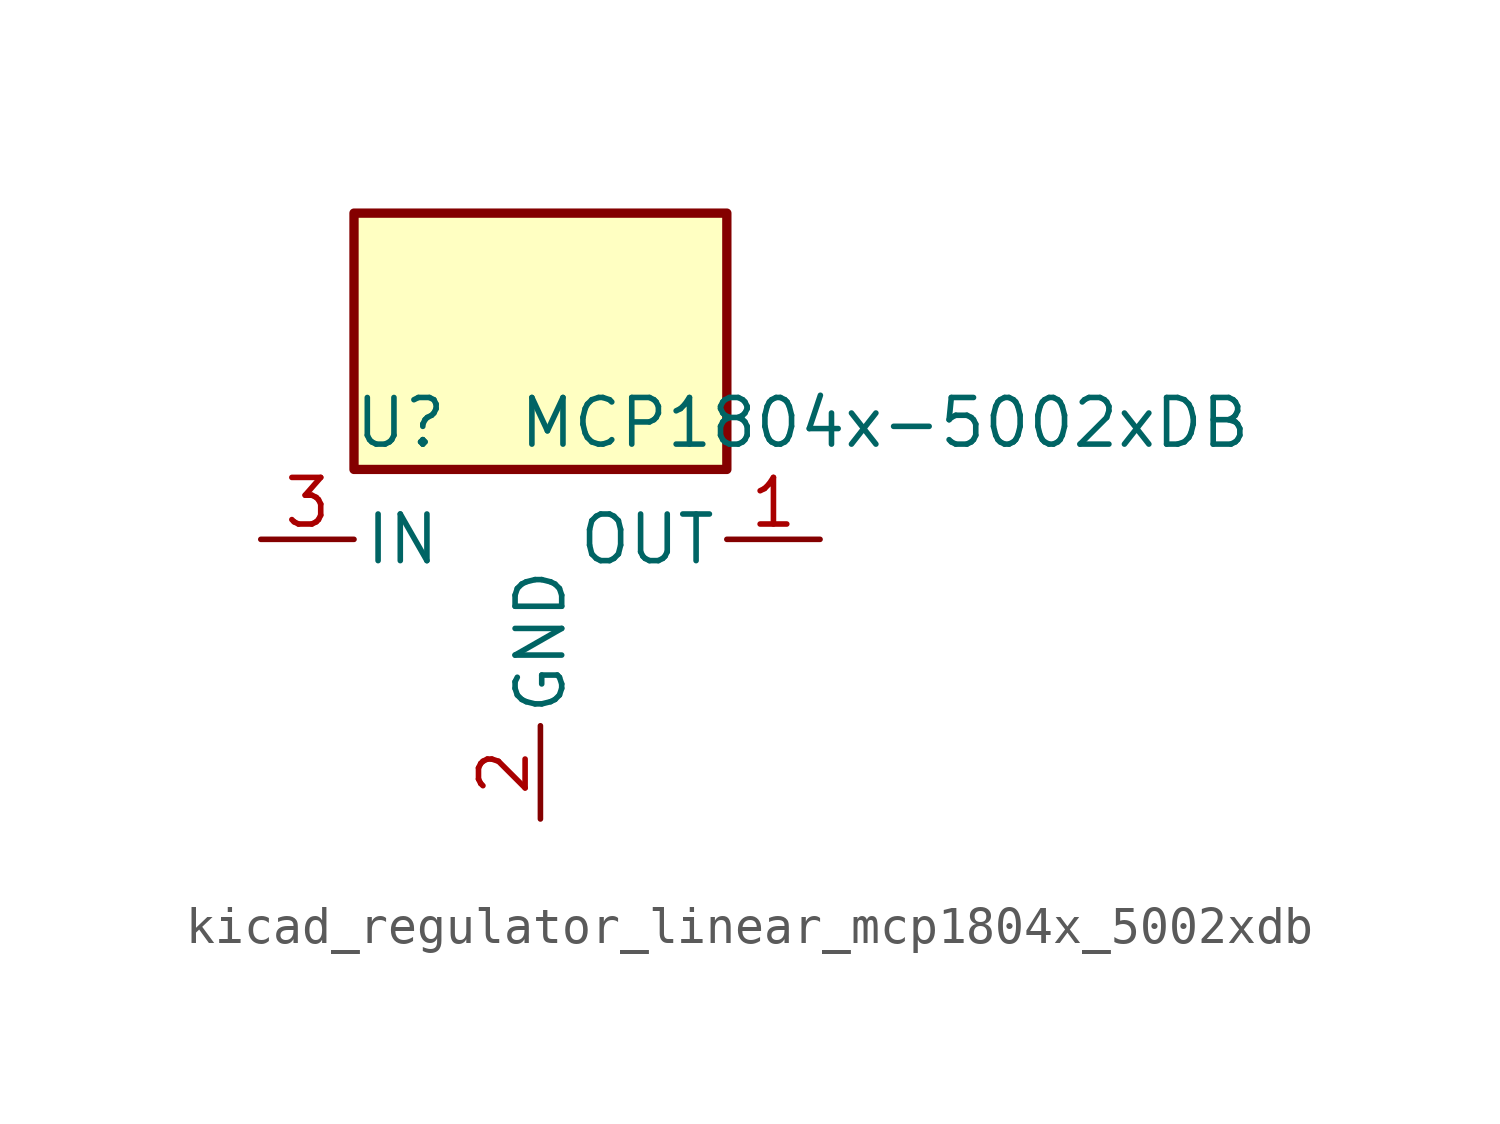
<source format=kicad_sym>
(kicad_symbol_lib
  (version 20220914)
  (generator kicad_symbol_editor)
  (symbol "kicad_regulator_linear_mcp1804x_5002xdb"
    (pin_names
      (offset 0.254))
    (property "Reference" "U"
      (at -3.81 3.175 0)
      (effects (font (size 1.27 1.27))))
    (property "Value" "MCP1804x-5002xDB"
      (at -0.635 3.175 0)
      (effects (font (size 1.27 1.27)) (justify left)))
    (symbol "kicad_regulator_linear_mcp1804x_5002xdb_0_1"
      (rectangle (start 5.08 8.89) (end -5.08 1.905) (stroke (width 0.254) (type default)) (fill (type background))))
    (symbol "kicad_regulator_linear_mcp1804x_5002xdb_1_1"
      (pin power_out line (at 7.62 0 180) (length 2.54) (name "OUT" (effects (font (size 1.27 1.27)))) (number "1" (effects (font (size 1.27 1.27)))))
      (pin power_in line (at 0 -7.62 90) (length 2.54) (name "GND" (effects (font (size 1.27 1.27)))) (number "2" (effects (font (size 1.27 1.27)))))
      (pin power_in line (at -7.62 0 0) (length 2.54) (name "IN" (effects (font (size 1.27 1.27)))) (number "3" (effects (font (size 1.27 1.27))))))))
</source>
